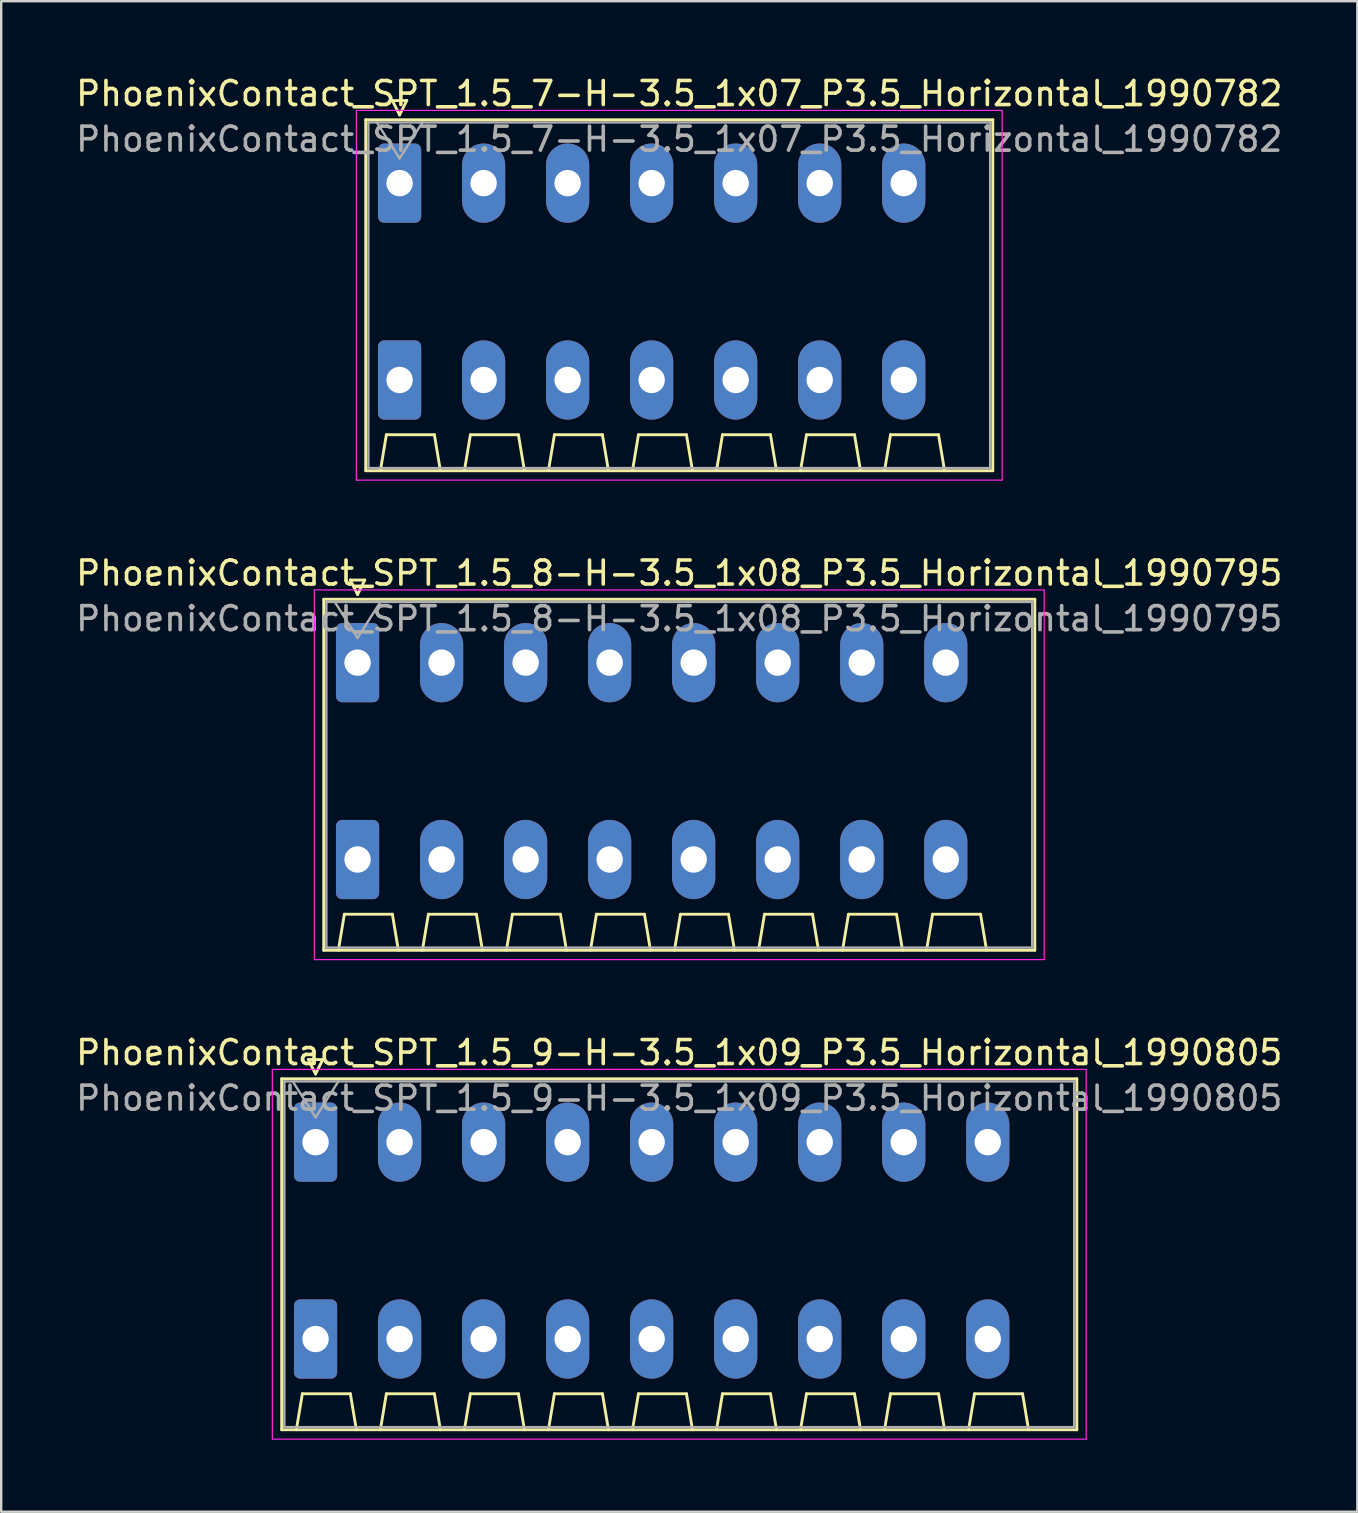
<source format=kicad_pcb>
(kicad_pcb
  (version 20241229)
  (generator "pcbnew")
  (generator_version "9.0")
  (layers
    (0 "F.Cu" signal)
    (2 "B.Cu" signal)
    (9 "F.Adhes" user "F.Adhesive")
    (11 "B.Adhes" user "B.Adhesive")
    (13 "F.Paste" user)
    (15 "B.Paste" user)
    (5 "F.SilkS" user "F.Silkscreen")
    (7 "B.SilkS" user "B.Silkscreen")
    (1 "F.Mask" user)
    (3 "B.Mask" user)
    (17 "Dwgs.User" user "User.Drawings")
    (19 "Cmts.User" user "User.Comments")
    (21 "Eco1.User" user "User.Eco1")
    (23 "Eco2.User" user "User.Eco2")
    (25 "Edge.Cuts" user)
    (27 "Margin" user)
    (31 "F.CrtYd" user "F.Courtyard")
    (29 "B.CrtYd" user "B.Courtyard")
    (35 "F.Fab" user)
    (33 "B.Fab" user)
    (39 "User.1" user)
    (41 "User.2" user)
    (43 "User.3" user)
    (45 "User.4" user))
  (footprint "PhoenixContact_SPT_1.5_8-H-3.5_1x08_P3.5_Horizontal_1990795"
    (layer "F.Cu")
    (at 11.844 24.552)
    (property "Reference" "PhoenixContact_SPT_1.5_8-H-3.5_1x08_P3.5_Horizontal_1990795" (at 13.4 -3.73 0) (layer "F.SilkS") (effects (font (size 1 1) (thickness 0.15))))
    (attr through_hole)
    (fp_line (start -1.41 -2.64) (end 28.21 -2.64) (stroke (width 0.12) (type solid)) (layer "F.SilkS"))
    (fp_line (start -1.41 11.98) (end -1.41 -2.64) (stroke (width 0.12) (type solid)) (layer "F.SilkS"))
    (fp_line (start -0.8 11.98) (end -0.55 10.48) (stroke (width 0.12) (type solid)) (layer "F.SilkS"))
    (fp_line (start -0.55 10.48) (end 1.45 10.48) (stroke (width 0.12) (type solid)) (layer "F.SilkS"))
    (fp_line (start -0.3 -3.44) (end 0 -2.84) (stroke (width 0.12) (type solid)) (layer "F.SilkS"))
    (fp_line (start -0.3 -3.44) (end 0.3 -3.44) (stroke (width 0.12) (type solid)) (layer "F.SilkS"))
    (fp_line (start 0.3 -3.44) (end 0 -2.84) (stroke (width 0.12) (type solid)) (layer "F.SilkS"))
    (fp_line (start 1.7 11.98) (end 1.45 10.48) (stroke (width 0.12) (type solid)) (layer "F.SilkS"))
    (fp_line (start 2.7 11.98) (end 2.95 10.48) (stroke (width 0.12) (type solid)) (layer "F.SilkS"))
    (fp_line (start 2.95 10.48) (end 4.95 10.48) (stroke (width 0.12) (type solid)) (layer "F.SilkS"))
    (fp_line (start 5.2 11.98) (end 4.95 10.48) (stroke (width 0.12) (type solid)) (layer "F.SilkS"))
    (fp_line (start 6.2 11.98) (end 6.45 10.48) (stroke (width 0.12) (type solid)) (layer "F.SilkS"))
    (fp_line (start 6.45 10.48) (end 8.45 10.48) (stroke (width 0.12) (type solid)) (layer "F.SilkS"))
    (fp_line (start 8.7 11.98) (end 8.45 10.48) (stroke (width 0.12) (type solid)) (layer "F.SilkS"))
    (fp_line (start 9.7 11.98) (end 9.95 10.48) (stroke (width 0.12) (type solid)) (layer "F.SilkS"))
    (fp_line (start 9.95 10.48) (end 11.95 10.48) (stroke (width 0.12) (type solid)) (layer "F.SilkS"))
    (fp_line (start 12.2 11.98) (end 11.95 10.48) (stroke (width 0.12) (type solid)) (layer "F.SilkS"))
    (fp_line (start 13.2 11.98) (end 13.45 10.48) (stroke (width 0.12) (type solid)) (layer "F.SilkS"))
    (fp_line (start 13.45 10.48) (end 15.45 10.48) (stroke (width 0.12) (type solid)) (layer "F.SilkS"))
    (fp_line (start 15.7 11.98) (end 15.45 10.48) (stroke (width 0.12) (type solid)) (layer "F.SilkS"))
    (fp_line (start 16.7 11.98) (end 16.95 10.48) (stroke (width 0.12) (type solid)) (layer "F.SilkS"))
    (fp_line (start 16.95 10.48) (end 18.95 10.48) (stroke (width 0.12) (type solid)) (layer "F.SilkS"))
    (fp_line (start 19.2 11.98) (end 18.95 10.48) (stroke (width 0.12) (type solid)) (layer "F.SilkS"))
    (fp_line (start 20.2 11.98) (end 20.45 10.48) (stroke (width 0.12) (type solid)) (layer "F.SilkS"))
    (fp_line (start 20.45 10.48) (end 22.45 10.48) (stroke (width 0.12) (type solid)) (layer "F.SilkS"))
    (fp_line (start 22.7 11.98) (end 22.45 10.48) (stroke (width 0.12) (type solid)) (layer "F.SilkS"))
    (fp_line (start 23.7 11.98) (end 23.95 10.48) (stroke (width 0.12) (type solid)) (layer "F.SilkS"))
    (fp_line (start 23.95 10.48) (end 25.95 10.48) (stroke (width 0.12) (type solid)) (layer "F.SilkS"))
    (fp_line (start 26.2 11.98) (end 25.95 10.48) (stroke (width 0.12) (type solid)) (layer "F.SilkS"))
    (fp_line (start 28.21 -2.64) (end 28.21 11.98) (stroke (width 0.12) (type solid)) (layer "F.SilkS"))
    (fp_line (start 28.21 11.98) (end -1.41 11.98) (stroke (width 0.12) (type solid)) (layer "F.SilkS"))
    (fp_line (start -1.8 -3.03) (end -1.8 12.37) (stroke (width 0.05) (type solid)) (layer "F.CrtYd"))
    (fp_line (start -1.8 12.37) (end 28.6 12.37) (stroke (width 0.05) (type solid)) (layer "F.CrtYd"))
    (fp_line (start 28.6 -3.03) (end -1.8 -3.03) (stroke (width 0.05) (type solid)) (layer "F.CrtYd"))
    (fp_line (start 28.6 12.37) (end 28.6 -3.03) (stroke (width 0.05) (type solid)) (layer "F.CrtYd"))
    (fp_line (start -1.3 -2.53) (end -1.3 11.87) (stroke (width 0.1) (type solid)) (layer "F.Fab"))
    (fp_line (start -1.3 11.87) (end 28.1 11.87) (stroke (width 0.1) (type solid)) (layer "F.Fab"))
    (fp_line (start -0.95 -2.53) (end 0 -1.03) (stroke (width 0.1) (type solid)) (layer "F.Fab"))
    (fp_line (start 0.95 -2.53) (end 0 -1.03) (stroke (width 0.1) (type solid)) (layer "F.Fab"))
    (fp_line (start 28.1 -2.53) (end -1.3 -2.53) (stroke (width 0.1) (type solid)) (layer "F.Fab"))
    (fp_line (start 28.1 11.87) (end 28.1 -2.53) (stroke (width 0.1) (type solid)) (layer "F.Fab"))
    (fp_text user "${REFERENCE}" (at 13.4 -1.83 0) (layer "F.Fab") (effects (font (size 1 1) (thickness 0.15))))
    (pad "1" thru_hole roundrect (at 0 0) (size 1.8 3.3) (drill 1.1) (layers "*.Cu" "*.Mask") (roundrect_rratio 0.139))
    (pad "1" thru_hole roundrect (at 0 8.2) (size 1.8 3.3) (drill 1.1) (layers "*.Cu" "*.Mask") (roundrect_rratio 0.139))
    (pad "2" thru_hole oval (at 3.5 0) (size 1.8 3.3) (drill 1.1) (layers "*.Cu" "*.Mask"))
    (pad "2" thru_hole oval (at 3.5 8.2) (size 1.8 3.3) (drill 1.1) (layers "*.Cu" "*.Mask"))
    (pad "3" thru_hole oval (at 7 0) (size 1.8 3.3) (drill 1.1) (layers "*.Cu" "*.Mask"))
    (pad "3" thru_hole oval (at 7 8.2) (size 1.8 3.3) (drill 1.1) (layers "*.Cu" "*.Mask"))
    (pad "4" thru_hole oval (at 10.5 0) (size 1.8 3.3) (drill 1.1) (layers "*.Cu" "*.Mask"))
    (pad "4" thru_hole oval (at 10.5 8.2) (size 1.8 3.3) (drill 1.1) (layers "*.Cu" "*.Mask"))
    (pad "5" thru_hole oval (at 14 0) (size 1.8 3.3) (drill 1.1) (layers "*.Cu" "*.Mask"))
    (pad "5" thru_hole oval (at 14 8.2) (size 1.8 3.3) (drill 1.1) (layers "*.Cu" "*.Mask"))
    (pad "6" thru_hole oval (at 17.5 0) (size 1.8 3.3) (drill 1.1) (layers "*.Cu" "*.Mask"))
    (pad "6" thru_hole oval (at 17.5 8.2) (size 1.8 3.3) (drill 1.1) (layers "*.Cu" "*.Mask"))
    (pad "7" thru_hole oval (at 21 0) (size 1.8 3.3) (drill 1.1) (layers "*.Cu" "*.Mask"))
    (pad "7" thru_hole oval (at 21 8.2) (size 1.8 3.3) (drill 1.1) (layers "*.Cu" "*.Mask"))
    (pad "8" thru_hole oval (at 24.5 0) (size 1.8 3.3) (drill 1.1) (layers "*.Cu" "*.Mask"))
    (pad "8" thru_hole oval (at 24.5 8.2) (size 1.8 3.3) (drill 1.1) (layers "*.Cu" "*.Mask")))
  (footprint "PhoenixContact_SPT_1.5_7-H-3.5_1x07_P3.5_Horizontal_1990782"
    (layer "F.Cu")
    (at 13.594 4.578)
    (property "Reference" "PhoenixContact_SPT_1.5_7-H-3.5_1x07_P3.5_Horizontal_1990782" (at 11.65 -3.73 0) (layer "F.SilkS") (effects (font (size 1 1) (thickness 0.15))))
    (attr through_hole)
    (fp_line (start -1.41 -2.64) (end 24.71 -2.64) (stroke (width 0.12) (type solid)) (layer "F.SilkS"))
    (fp_line (start -1.41 11.98) (end -1.41 -2.64) (stroke (width 0.12) (type solid)) (layer "F.SilkS"))
    (fp_line (start -0.8 11.98) (end -0.55 10.48) (stroke (width 0.12) (type solid)) (layer "F.SilkS"))
    (fp_line (start -0.55 10.48) (end 1.45 10.48) (stroke (width 0.12) (type solid)) (layer "F.SilkS"))
    (fp_line (start -0.3 -3.44) (end 0 -2.84) (stroke (width 0.12) (type solid)) (layer "F.SilkS"))
    (fp_line (start -0.3 -3.44) (end 0.3 -3.44) (stroke (width 0.12) (type solid)) (layer "F.SilkS"))
    (fp_line (start 0.3 -3.44) (end 0 -2.84) (stroke (width 0.12) (type solid)) (layer "F.SilkS"))
    (fp_line (start 1.7 11.98) (end 1.45 10.48) (stroke (width 0.12) (type solid)) (layer "F.SilkS"))
    (fp_line (start 2.7 11.98) (end 2.95 10.48) (stroke (width 0.12) (type solid)) (layer "F.SilkS"))
    (fp_line (start 2.95 10.48) (end 4.95 10.48) (stroke (width 0.12) (type solid)) (layer "F.SilkS"))
    (fp_line (start 5.2 11.98) (end 4.95 10.48) (stroke (width 0.12) (type solid)) (layer "F.SilkS"))
    (fp_line (start 6.2 11.98) (end 6.45 10.48) (stroke (width 0.12) (type solid)) (layer "F.SilkS"))
    (fp_line (start 6.45 10.48) (end 8.45 10.48) (stroke (width 0.12) (type solid)) (layer "F.SilkS"))
    (fp_line (start 8.7 11.98) (end 8.45 10.48) (stroke (width 0.12) (type solid)) (layer "F.SilkS"))
    (fp_line (start 9.7 11.98) (end 9.95 10.48) (stroke (width 0.12) (type solid)) (layer "F.SilkS"))
    (fp_line (start 9.95 10.48) (end 11.95 10.48) (stroke (width 0.12) (type solid)) (layer "F.SilkS"))
    (fp_line (start 12.2 11.98) (end 11.95 10.48) (stroke (width 0.12) (type solid)) (layer "F.SilkS"))
    (fp_line (start 13.2 11.98) (end 13.45 10.48) (stroke (width 0.12) (type solid)) (layer "F.SilkS"))
    (fp_line (start 13.45 10.48) (end 15.45 10.48) (stroke (width 0.12) (type solid)) (layer "F.SilkS"))
    (fp_line (start 15.7 11.98) (end 15.45 10.48) (stroke (width 0.12) (type solid)) (layer "F.SilkS"))
    (fp_line (start 16.7 11.98) (end 16.95 10.48) (stroke (width 0.12) (type solid)) (layer "F.SilkS"))
    (fp_line (start 16.95 10.48) (end 18.95 10.48) (stroke (width 0.12) (type solid)) (layer "F.SilkS"))
    (fp_line (start 19.2 11.98) (end 18.95 10.48) (stroke (width 0.12) (type solid)) (layer "F.SilkS"))
    (fp_line (start 20.2 11.98) (end 20.45 10.48) (stroke (width 0.12) (type solid)) (layer "F.SilkS"))
    (fp_line (start 20.45 10.48) (end 22.45 10.48) (stroke (width 0.12) (type solid)) (layer "F.SilkS"))
    (fp_line (start 22.7 11.98) (end 22.45 10.48) (stroke (width 0.12) (type solid)) (layer "F.SilkS"))
    (fp_line (start 24.71 -2.64) (end 24.71 11.98) (stroke (width 0.12) (type solid)) (layer "F.SilkS"))
    (fp_line (start 24.71 11.98) (end -1.41 11.98) (stroke (width 0.12) (type solid)) (layer "F.SilkS"))
    (fp_line (start -1.8 -3.03) (end -1.8 12.37) (stroke (width 0.05) (type solid)) (layer "F.CrtYd"))
    (fp_line (start -1.8 12.37) (end 25.1 12.37) (stroke (width 0.05) (type solid)) (layer "F.CrtYd"))
    (fp_line (start 25.1 -3.03) (end -1.8 -3.03) (stroke (width 0.05) (type solid)) (layer "F.CrtYd"))
    (fp_line (start 25.1 12.37) (end 25.1 -3.03) (stroke (width 0.05) (type solid)) (layer "F.CrtYd"))
    (fp_line (start -1.3 -2.53) (end -1.3 11.87) (stroke (width 0.1) (type solid)) (layer "F.Fab"))
    (fp_line (start -1.3 11.87) (end 24.6 11.87) (stroke (width 0.1) (type solid)) (layer "F.Fab"))
    (fp_line (start -0.95 -2.53) (end 0 -1.03) (stroke (width 0.1) (type solid)) (layer "F.Fab"))
    (fp_line (start 0.95 -2.53) (end 0 -1.03) (stroke (width 0.1) (type solid)) (layer "F.Fab"))
    (fp_line (start 24.6 -2.53) (end -1.3 -2.53) (stroke (width 0.1) (type solid)) (layer "F.Fab"))
    (fp_line (start 24.6 11.87) (end 24.6 -2.53) (stroke (width 0.1) (type solid)) (layer "F.Fab"))
    (fp_text user "${REFERENCE}" (at 11.65 -1.83 0) (layer "F.Fab") (effects (font (size 1 1) (thickness 0.15))))
    (pad "1" thru_hole roundrect (at 0 0) (size 1.8 3.3) (drill 1.1) (layers "*.Cu" "*.Mask") (roundrect_rratio 0.139))
    (pad "1" thru_hole roundrect (at 0 8.2) (size 1.8 3.3) (drill 1.1) (layers "*.Cu" "*.Mask") (roundrect_rratio 0.139))
    (pad "2" thru_hole oval (at 3.5 0) (size 1.8 3.3) (drill 1.1) (layers "*.Cu" "*.Mask"))
    (pad "2" thru_hole oval (at 3.5 8.2) (size 1.8 3.3) (drill 1.1) (layers "*.Cu" "*.Mask"))
    (pad "3" thru_hole oval (at 7 0) (size 1.8 3.3) (drill 1.1) (layers "*.Cu" "*.Mask"))
    (pad "3" thru_hole oval (at 7 8.2) (size 1.8 3.3) (drill 1.1) (layers "*.Cu" "*.Mask"))
    (pad "4" thru_hole oval (at 10.5 0) (size 1.8 3.3) (drill 1.1) (layers "*.Cu" "*.Mask"))
    (pad "4" thru_hole oval (at 10.5 8.2) (size 1.8 3.3) (drill 1.1) (layers "*.Cu" "*.Mask"))
    (pad "5" thru_hole oval (at 14 0) (size 1.8 3.3) (drill 1.1) (layers "*.Cu" "*.Mask"))
    (pad "5" thru_hole oval (at 14 8.2) (size 1.8 3.3) (drill 1.1) (layers "*.Cu" "*.Mask"))
    (pad "6" thru_hole oval (at 17.5 0) (size 1.8 3.3) (drill 1.1) (layers "*.Cu" "*.Mask"))
    (pad "6" thru_hole oval (at 17.5 8.2) (size 1.8 3.3) (drill 1.1) (layers "*.Cu" "*.Mask"))
    (pad "7" thru_hole oval (at 21 0) (size 1.8 3.3) (drill 1.1) (layers "*.Cu" "*.Mask"))
    (pad "7" thru_hole oval (at 21 8.2) (size 1.8 3.3) (drill 1.1) (layers "*.Cu" "*.Mask")))
  (footprint "PhoenixContact_SPT_1.5_9-H-3.5_1x09_P3.5_Horizontal_1990805"
    (layer "F.Cu")
    (at 10.094 44.525)
    (property "Reference" "PhoenixContact_SPT_1.5_9-H-3.5_1x09_P3.5_Horizontal_1990805" (at 15.15 -3.73 0) (layer "F.SilkS") (effects (font (size 1 1) (thickness 0.15))))
    (attr through_hole)
    (fp_line (start -1.41 -2.64) (end 31.71 -2.64) (stroke (width 0.12) (type solid)) (layer "F.SilkS"))
    (fp_line (start -1.41 11.98) (end -1.41 -2.64) (stroke (width 0.12) (type solid)) (layer "F.SilkS"))
    (fp_line (start -0.8 11.98) (end -0.55 10.48) (stroke (width 0.12) (type solid)) (layer "F.SilkS"))
    (fp_line (start -0.55 10.48) (end 1.45 10.48) (stroke (width 0.12) (type solid)) (layer "F.SilkS"))
    (fp_line (start -0.3 -3.44) (end 0 -2.84) (stroke (width 0.12) (type solid)) (layer "F.SilkS"))
    (fp_line (start -0.3 -3.44) (end 0.3 -3.44) (stroke (width 0.12) (type solid)) (layer "F.SilkS"))
    (fp_line (start 0.3 -3.44) (end 0 -2.84) (stroke (width 0.12) (type solid)) (layer "F.SilkS"))
    (fp_line (start 1.7 11.98) (end 1.45 10.48) (stroke (width 0.12) (type solid)) (layer "F.SilkS"))
    (fp_line (start 2.7 11.98) (end 2.95 10.48) (stroke (width 0.12) (type solid)) (layer "F.SilkS"))
    (fp_line (start 2.95 10.48) (end 4.95 10.48) (stroke (width 0.12) (type solid)) (layer "F.SilkS"))
    (fp_line (start 5.2 11.98) (end 4.95 10.48) (stroke (width 0.12) (type solid)) (layer "F.SilkS"))
    (fp_line (start 6.2 11.98) (end 6.45 10.48) (stroke (width 0.12) (type solid)) (layer "F.SilkS"))
    (fp_line (start 6.45 10.48) (end 8.45 10.48) (stroke (width 0.12) (type solid)) (layer "F.SilkS"))
    (fp_line (start 8.7 11.98) (end 8.45 10.48) (stroke (width 0.12) (type solid)) (layer "F.SilkS"))
    (fp_line (start 9.7 11.98) (end 9.95 10.48) (stroke (width 0.12) (type solid)) (layer "F.SilkS"))
    (fp_line (start 9.95 10.48) (end 11.95 10.48) (stroke (width 0.12) (type solid)) (layer "F.SilkS"))
    (fp_line (start 12.2 11.98) (end 11.95 10.48) (stroke (width 0.12) (type solid)) (layer "F.SilkS"))
    (fp_line (start 13.2 11.98) (end 13.45 10.48) (stroke (width 0.12) (type solid)) (layer "F.SilkS"))
    (fp_line (start 13.45 10.48) (end 15.45 10.48) (stroke (width 0.12) (type solid)) (layer "F.SilkS"))
    (fp_line (start 15.7 11.98) (end 15.45 10.48) (stroke (width 0.12) (type solid)) (layer "F.SilkS"))
    (fp_line (start 16.7 11.98) (end 16.95 10.48) (stroke (width 0.12) (type solid)) (layer "F.SilkS"))
    (fp_line (start 16.95 10.48) (end 18.95 10.48) (stroke (width 0.12) (type solid)) (layer "F.SilkS"))
    (fp_line (start 19.2 11.98) (end 18.95 10.48) (stroke (width 0.12) (type solid)) (layer "F.SilkS"))
    (fp_line (start 20.2 11.98) (end 20.45 10.48) (stroke (width 0.12) (type solid)) (layer "F.SilkS"))
    (fp_line (start 20.45 10.48) (end 22.45 10.48) (stroke (width 0.12) (type solid)) (layer "F.SilkS"))
    (fp_line (start 22.7 11.98) (end 22.45 10.48) (stroke (width 0.12) (type solid)) (layer "F.SilkS"))
    (fp_line (start 23.7 11.98) (end 23.95 10.48) (stroke (width 0.12) (type solid)) (layer "F.SilkS"))
    (fp_line (start 23.95 10.48) (end 25.95 10.48) (stroke (width 0.12) (type solid)) (layer "F.SilkS"))
    (fp_line (start 26.2 11.98) (end 25.95 10.48) (stroke (width 0.12) (type solid)) (layer "F.SilkS"))
    (fp_line (start 27.2 11.98) (end 27.45 10.48) (stroke (width 0.12) (type solid)) (layer "F.SilkS"))
    (fp_line (start 27.45 10.48) (end 29.45 10.48) (stroke (width 0.12) (type solid)) (layer "F.SilkS"))
    (fp_line (start 29.7 11.98) (end 29.45 10.48) (stroke (width 0.12) (type solid)) (layer "F.SilkS"))
    (fp_line (start 31.71 -2.64) (end 31.71 11.98) (stroke (width 0.12) (type solid)) (layer "F.SilkS"))
    (fp_line (start 31.71 11.98) (end -1.41 11.98) (stroke (width 0.12) (type solid)) (layer "F.SilkS"))
    (fp_line (start -1.8 -3.03) (end -1.8 12.37) (stroke (width 0.05) (type solid)) (layer "F.CrtYd"))
    (fp_line (start -1.8 12.37) (end 32.1 12.37) (stroke (width 0.05) (type solid)) (layer "F.CrtYd"))
    (fp_line (start 32.1 -3.03) (end -1.8 -3.03) (stroke (width 0.05) (type solid)) (layer "F.CrtYd"))
    (fp_line (start 32.1 12.37) (end 32.1 -3.03) (stroke (width 0.05) (type solid)) (layer "F.CrtYd"))
    (fp_line (start -1.3 -2.53) (end -1.3 11.87) (stroke (width 0.1) (type solid)) (layer "F.Fab"))
    (fp_line (start -1.3 11.87) (end 31.6 11.87) (stroke (width 0.1) (type solid)) (layer "F.Fab"))
    (fp_line (start -0.95 -2.53) (end 0 -1.03) (stroke (width 0.1) (type solid)) (layer "F.Fab"))
    (fp_line (start 0.95 -2.53) (end 0 -1.03) (stroke (width 0.1) (type solid)) (layer "F.Fab"))
    (fp_line (start 31.6 -2.53) (end -1.3 -2.53) (stroke (width 0.1) (type solid)) (layer "F.Fab"))
    (fp_line (start 31.6 11.87) (end 31.6 -2.53) (stroke (width 0.1) (type solid)) (layer "F.Fab"))
    (fp_text user "${REFERENCE}" (at 15.15 -1.83 0) (layer "F.Fab") (effects (font (size 1 1) (thickness 0.15))))
    (pad "1" thru_hole roundrect (at 0 0) (size 1.8 3.3) (drill 1.1) (layers "*.Cu" "*.Mask") (roundrect_rratio 0.139))
    (pad "1" thru_hole roundrect (at 0 8.2) (size 1.8 3.3) (drill 1.1) (layers "*.Cu" "*.Mask") (roundrect_rratio 0.139))
    (pad "2" thru_hole oval (at 3.5 0) (size 1.8 3.3) (drill 1.1) (layers "*.Cu" "*.Mask"))
    (pad "2" thru_hole oval (at 3.5 8.2) (size 1.8 3.3) (drill 1.1) (layers "*.Cu" "*.Mask"))
    (pad "3" thru_hole oval (at 7 0) (size 1.8 3.3) (drill 1.1) (layers "*.Cu" "*.Mask"))
    (pad "3" thru_hole oval (at 7 8.2) (size 1.8 3.3) (drill 1.1) (layers "*.Cu" "*.Mask"))
    (pad "4" thru_hole oval (at 10.5 0) (size 1.8 3.3) (drill 1.1) (layers "*.Cu" "*.Mask"))
    (pad "4" thru_hole oval (at 10.5 8.2) (size 1.8 3.3) (drill 1.1) (layers "*.Cu" "*.Mask"))
    (pad "5" thru_hole oval (at 14 0) (size 1.8 3.3) (drill 1.1) (layers "*.Cu" "*.Mask"))
    (pad "5" thru_hole oval (at 14 8.2) (size 1.8 3.3) (drill 1.1) (layers "*.Cu" "*.Mask"))
    (pad "6" thru_hole oval (at 17.5 0) (size 1.8 3.3) (drill 1.1) (layers "*.Cu" "*.Mask"))
    (pad "6" thru_hole oval (at 17.5 8.2) (size 1.8 3.3) (drill 1.1) (layers "*.Cu" "*.Mask"))
    (pad "7" thru_hole oval (at 21 0) (size 1.8 3.3) (drill 1.1) (layers "*.Cu" "*.Mask"))
    (pad "7" thru_hole oval (at 21 8.2) (size 1.8 3.3) (drill 1.1) (layers "*.Cu" "*.Mask"))
    (pad "8" thru_hole oval (at 24.5 0) (size 1.8 3.3) (drill 1.1) (layers "*.Cu" "*.Mask"))
    (pad "8" thru_hole oval (at 24.5 8.2) (size 1.8 3.3) (drill 1.1) (layers "*.Cu" "*.Mask"))
    (pad "9" thru_hole oval (at 28 0) (size 1.8 3.3) (drill 1.1) (layers "*.Cu" "*.Mask"))
    (pad "9" thru_hole oval (at 28 8.2) (size 1.8 3.3) (drill 1.1) (layers "*.Cu" "*.Mask")))
  (gr_rect
    (start -3 -3)
    (end 53.488 59.92)
    (stroke (width 0.1) (type default))
    (fill no)
    (layer "Edge.Cuts")))
</source>
